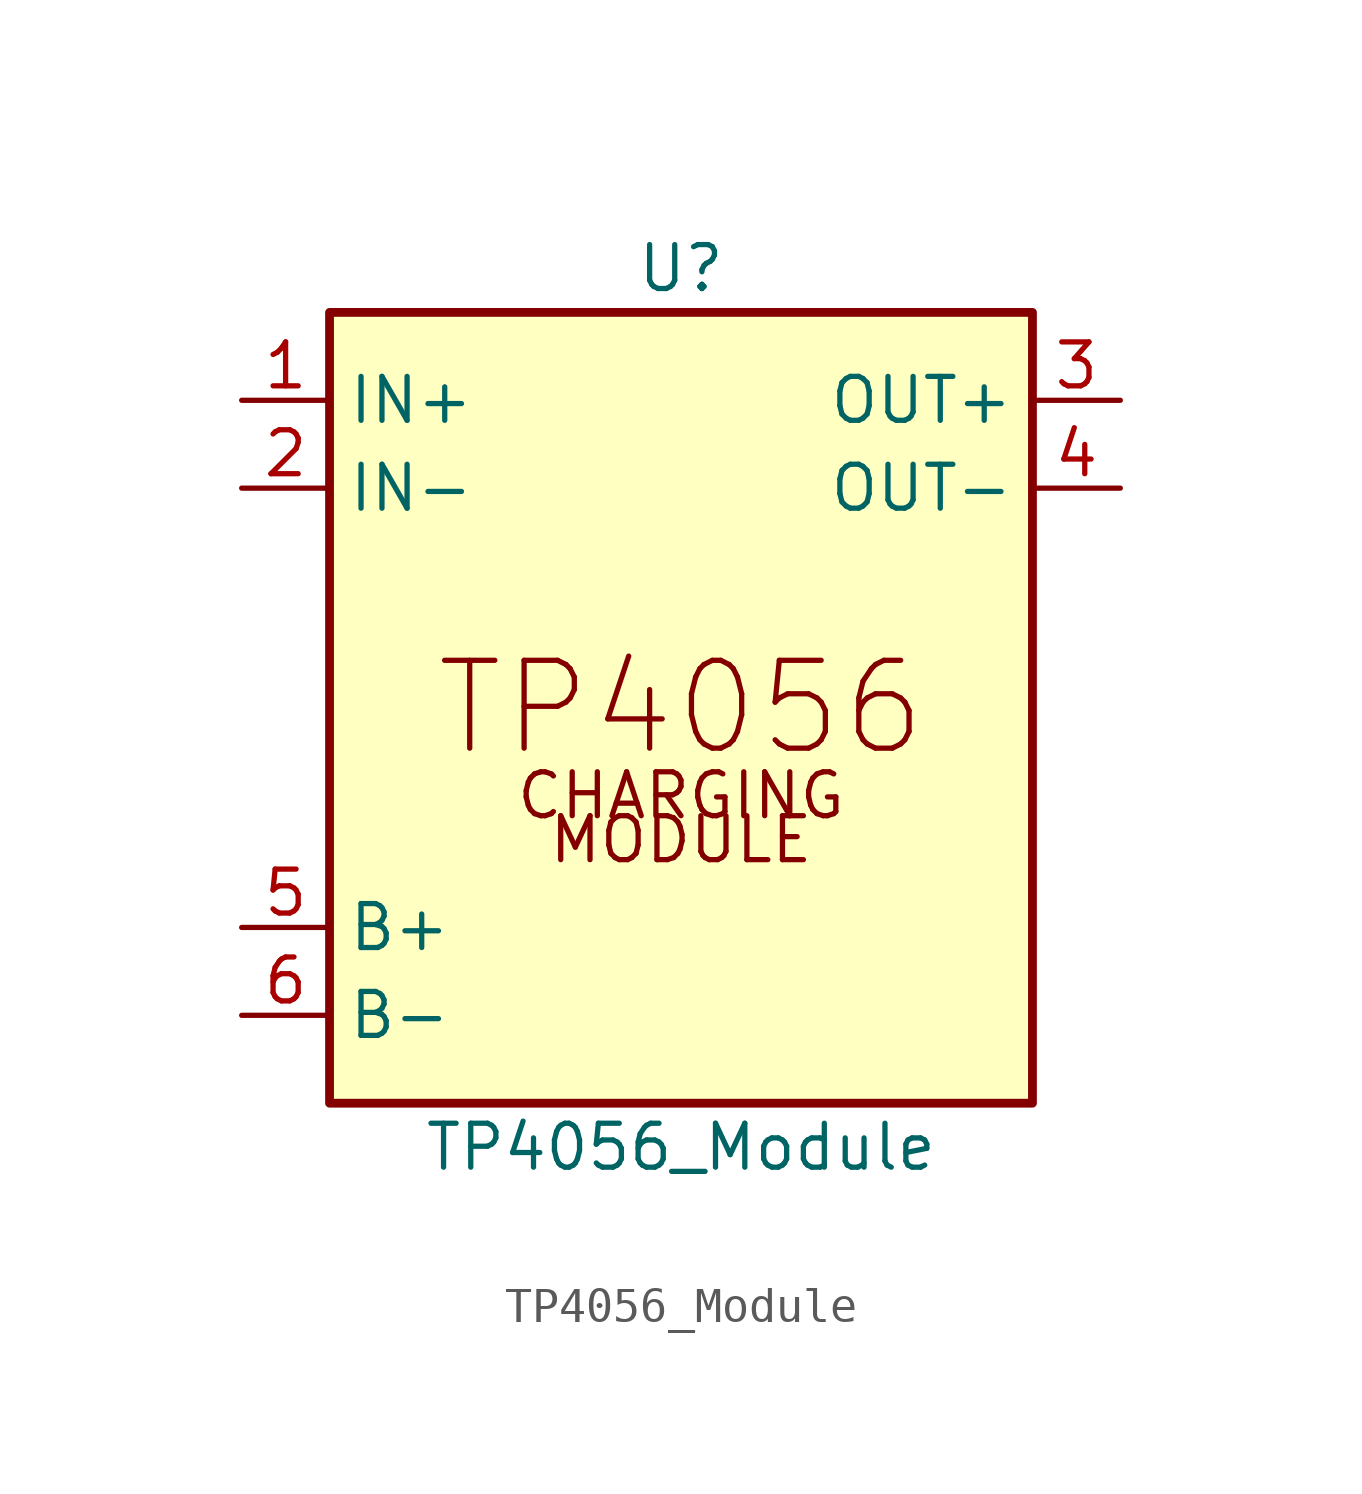
<source format=kicad_sym>
(kicad_symbol_lib
  (version 20220914)
  (generator kicad_symbol_editor)
  (symbol "TP4056_Module"
    (property "Reference" "U"
      (at 0 12.7 0)
      (effects (font (size 1.27 1.27))))
    (property "Value" "TP4056_Module"
      (at 0 -12.7 0)
      (effects (font (size 1.27 1.27))))
    (symbol "TP4056_Module_0_1"
      (rectangle (start -10.16 11.43) (end 10.16 -11.43) (stroke (width 0.254) (type default)) (fill (type background)))
      (text "TP4056" (at 0 0 0) (effects (font (size 2.54 2.54))))
      (text "CHARGING" (at 0 -2.54 0) (effects (font (size 1.27 1.27))))
      (text "MODULE" (at 0 -3.81 0) (effects (font (size 1.27 1.27)))))
    (symbol "TP4056_Module_1_1"
      (pin input line (at -12.7 8.89 0) (length 2.54) (name "IN+" (effects (font (size 1.27 1.27)))) (number "1" (effects (font (size 1.27 1.27)))))
      (pin input line (at -12.7 6.35 0) (length 2.54) (name "IN-" (effects (font (size 1.27 1.27)))) (number "2" (effects (font (size 1.27 1.27)))))
      (pin output line (at 12.7 8.89 180) (length 2.54) (name "OUT+" (effects (font (size 1.27 1.27)))) (number "3" (effects (font (size 1.27 1.27)))))
      (pin output line (at 12.7 6.35 180) (length 2.54) (name "OUT-" (effects (font (size 1.27 1.27)))) (number "4" (effects (font (size 1.27 1.27)))))
      (pin bidirectional line (at -12.7 -6.35 0) (length 2.54) (name "B+" (effects (font (size 1.27 1.27)))) (number "5" (effects (font (size 1.27 1.27)))))
      (pin bidirectional line (at -12.7 -8.89 0) (length 2.54) (name "B-" (effects (font (size 1.27 1.27)))) (number "6" (effects (font (size 1.27 1.27))))))))
</source>
